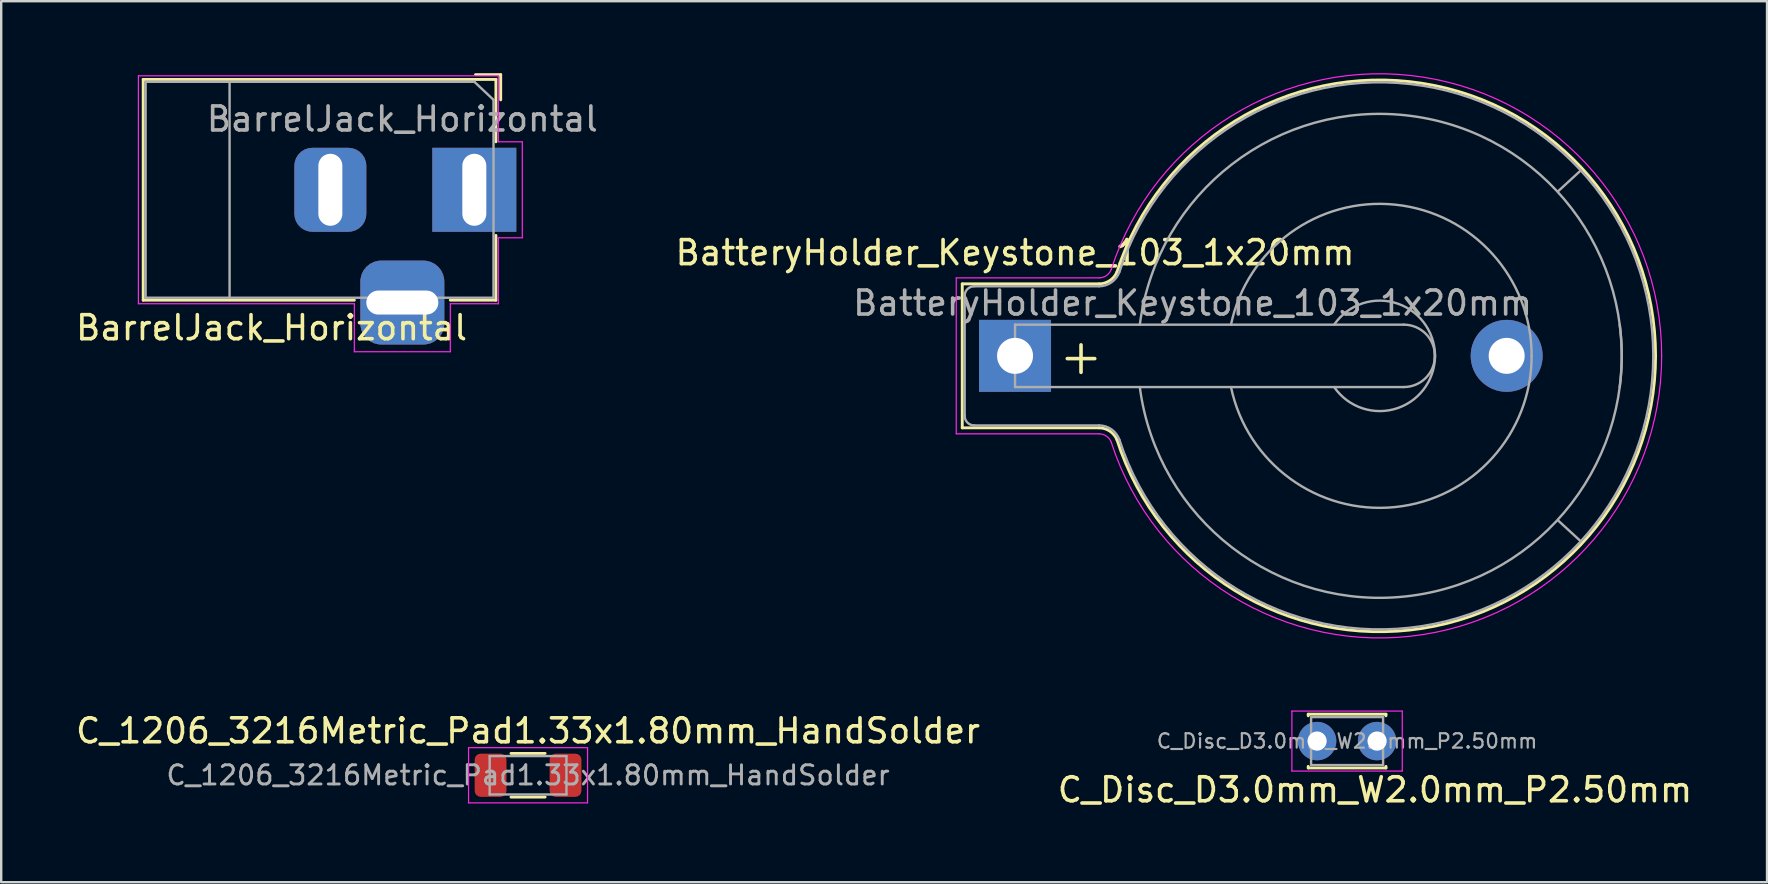
<source format=kicad_pcb>
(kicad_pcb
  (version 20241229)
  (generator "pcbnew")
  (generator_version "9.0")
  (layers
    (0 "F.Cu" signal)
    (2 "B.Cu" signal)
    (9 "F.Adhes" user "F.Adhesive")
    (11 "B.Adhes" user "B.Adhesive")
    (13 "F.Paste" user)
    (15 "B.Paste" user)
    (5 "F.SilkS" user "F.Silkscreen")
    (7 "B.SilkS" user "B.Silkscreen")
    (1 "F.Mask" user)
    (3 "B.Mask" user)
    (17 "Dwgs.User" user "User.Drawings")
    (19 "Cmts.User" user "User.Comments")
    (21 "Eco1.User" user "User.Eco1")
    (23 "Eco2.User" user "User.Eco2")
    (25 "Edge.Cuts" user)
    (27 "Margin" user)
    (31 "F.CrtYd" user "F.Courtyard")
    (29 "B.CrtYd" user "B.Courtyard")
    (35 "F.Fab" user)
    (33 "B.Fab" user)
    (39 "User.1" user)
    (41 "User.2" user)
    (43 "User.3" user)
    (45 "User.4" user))
  (footprint "C_1206_3216Metric_Pad1.33x1.80mm_HandSolder"
    (layer "F.Cu")
    (at 18.958 29.26)
    (property "Reference" "C_1206_3216Metric_Pad1.33x1.80mm_HandSolder" (at 0 -1.85 180) (layer "F.SilkS") (effects (font (size 1 1) (thickness 0.15))))
    (attr smd)
    (fp_line (start -0.711 -0.91) (end 0.711 -0.91) (stroke (width 0.12) (type solid)) (layer "F.SilkS"))
    (fp_line (start -0.711 0.91) (end 0.711 0.91) (stroke (width 0.12) (type solid)) (layer "F.SilkS"))
    (fp_line (start -2.48 -1.15) (end 2.48 -1.15) (stroke (width 0.05) (type solid)) (layer "F.CrtYd"))
    (fp_line (start -2.48 1.15) (end -2.48 -1.15) (stroke (width 0.05) (type solid)) (layer "F.CrtYd"))
    (fp_line (start 2.48 -1.15) (end 2.48 1.15) (stroke (width 0.05) (type solid)) (layer "F.CrtYd"))
    (fp_line (start 2.48 1.15) (end -2.48 1.15) (stroke (width 0.05) (type solid)) (layer "F.CrtYd"))
    (fp_line (start -1.6 -0.8) (end 1.6 -0.8) (stroke (width 0.1) (type solid)) (layer "F.Fab"))
    (fp_line (start -1.6 0.8) (end -1.6 -0.8) (stroke (width 0.1) (type solid)) (layer "F.Fab"))
    (fp_line (start 1.6 -0.8) (end 1.6 0.8) (stroke (width 0.1) (type solid)) (layer "F.Fab"))
    (fp_line (start 1.6 0.8) (end -1.6 0.8) (stroke (width 0.1) (type solid)) (layer "F.Fab"))
    (fp_text user "${REFERENCE}" (at 0 0 180) (layer "F.Fab") (effects (font (size 0.8 0.8) (thickness 0.12))))
    (pad "1" smd roundrect (at -1.562 0) (size 1.325 1.8) (layers "F.Cu" "F.Mask" "F.Paste") (roundrect_rratio 0.189))
    (pad "2" smd roundrect (at 1.562 0) (size 1.325 1.8) (layers "F.Cu" "F.Mask" "F.Paste") (roundrect_rratio 0.189)))
  (footprint "BarrelJack_Horizontal"
    (layer "F.Cu")
    (at 16.718 4.86)
    (property "Reference" "BarrelJack_Horizontal" (at -8.45 5.75 180) (layer "F.SilkS") (effects (font (size 1 1) (thickness 0.15))))
    (attr through_hole)
    (fp_line (start -13.8 -4.6) (end 0.9 -4.6) (stroke (width 0.12) (type solid)) (layer "F.SilkS"))
    (fp_line (start -13.8 4.6) (end -13.8 -4.6) (stroke (width 0.12) (type solid)) (layer "F.SilkS"))
    (fp_line (start -5 4.6) (end -13.8 4.6) (stroke (width 0.12) (type solid)) (layer "F.SilkS"))
    (fp_line (start 0.05 -4.8) (end 1.1 -4.8) (stroke (width 0.12) (type solid)) (layer "F.SilkS"))
    (fp_line (start 0.9 -4.6) (end 0.9 -2) (stroke (width 0.12) (type solid)) (layer "F.SilkS"))
    (fp_line (start 0.9 1.9) (end 0.9 4.6) (stroke (width 0.12) (type solid)) (layer "F.SilkS"))
    (fp_line (start 0.9 4.6) (end -1 4.6) (stroke (width 0.12) (type solid)) (layer "F.SilkS"))
    (fp_line (start 1.1 -3.75) (end 1.1 -4.8) (stroke (width 0.12) (type solid)) (layer "F.SilkS"))
    (fp_line (start -14 4.75) (end -14 -4.75) (stroke (width 0.05) (type solid)) (layer "F.CrtYd"))
    (fp_line (start -5 4.75) (end -14 4.75) (stroke (width 0.05) (type solid)) (layer "F.CrtYd"))
    (fp_line (start -5 6.75) (end -5 4.75) (stroke (width 0.05) (type solid)) (layer "F.CrtYd"))
    (fp_line (start -1 4.75) (end -1 6.75) (stroke (width 0.05) (type solid)) (layer "F.CrtYd"))
    (fp_line (start -1 6.75) (end -5 6.75) (stroke (width 0.05) (type solid)) (layer "F.CrtYd"))
    (fp_line (start 1 -4.75) (end -14 -4.75) (stroke (width 0.05) (type solid)) (layer "F.CrtYd"))
    (fp_line (start 1 -4.5) (end 1 -4.75) (stroke (width 0.05) (type solid)) (layer "F.CrtYd"))
    (fp_line (start 1 -4.5) (end 1 -2) (stroke (width 0.05) (type solid)) (layer "F.CrtYd"))
    (fp_line (start 1 -2) (end 2 -2) (stroke (width 0.05) (type solid)) (layer "F.CrtYd"))
    (fp_line (start 1 2) (end 1 4.75) (stroke (width 0.05) (type solid)) (layer "F.CrtYd"))
    (fp_line (start 1 4.75) (end -1 4.75) (stroke (width 0.05) (type solid)) (layer "F.CrtYd"))
    (fp_line (start 2 -2) (end 2 2) (stroke (width 0.05) (type solid)) (layer "F.CrtYd"))
    (fp_line (start 2 2) (end 1 2) (stroke (width 0.05) (type solid)) (layer "F.CrtYd"))
    (fp_line (start -13.7 -4.5) (end -13.7 4.5) (stroke (width 0.1) (type solid)) (layer "F.Fab"))
    (fp_line (start -13.7 4.5) (end 0.8 4.5) (stroke (width 0.1) (type solid)) (layer "F.Fab"))
    (fp_line (start -10.2 -4.5) (end -10.2 4.5) (stroke (width 0.1) (type solid)) (layer "F.Fab"))
    (fp_line (start -0.003 -4.505) (end 0.8 -3.75) (stroke (width 0.1) (type solid)) (layer "F.Fab"))
    (fp_line (start 0 -4.5) (end -13.7 -4.5) (stroke (width 0.1) (type solid)) (layer "F.Fab"))
    (fp_line (start 0.8 4.5) (end 0.8 -3.75) (stroke (width 0.1) (type solid)) (layer "F.Fab"))
    (fp_text user "${REFERENCE}" (at -3 -2.95 180) (layer "F.Fab") (effects (font (size 1 1) (thickness 0.15))))
    (pad "1" thru_hole rect (at 0 0) (size 3.5 3.5) (drill oval 1 3) (layers "*.Cu" "*.Mask"))
    (pad "2" thru_hole roundrect (at -6 0) (size 3 3.5) (drill oval 1 3) (layers "*.Cu" "*.Mask") (roundrect_rratio 0.25))
    (pad "3" thru_hole roundrect (at -3 4.7) (size 3.5 3.5) (drill oval 3 1) (layers "*.Cu" "*.Mask") (roundrect_rratio 0.25)))
  (footprint "BatteryHolder_Keystone_103_1x20mm"
    (layer "F.Cu")
    (at 39.254 11.781)
    (property "Reference" "BatteryHolder_Keystone_103_1x20mm" (at 0 -4.3 180) (layer "F.SilkS") (effects (font (size 1 1) (thickness 0.15))))
    (attr through_hole)
    (fp_line (start -2.2 -3) (end 3.5 -3) (stroke (width 0.12) (type solid)) (layer "F.SilkS"))
    (fp_line (start -2.2 3) (end -2.2 -3) (stroke (width 0.12) (type solid)) (layer "F.SilkS"))
    (fp_line (start -2.2 3) (end 3.5 3) (stroke (width 0.12) (type solid)) (layer "F.SilkS"))
    (fp_arc (start 3.5 3) (mid 3.950694 3.136459) (end 4.25 3.5) (stroke (width 0.12) (type solid)) (layer "F.SilkS"))
    (fp_arc (start 4.25 -3.5) (mid 3.950694 -3.136459) (end 3.5 -3) (stroke (width 0.12) (type solid)) (layer "F.SilkS"))
    (fp_arc (start 4.25 -3.5) (mid 16.971103 -11.358466) (end 26.695671 0) (stroke (width 0.12) (type solid)) (layer "F.SilkS"))
    (fp_arc (start 26.695671 0) (mid 16.971103 11.358466) (end 4.25 3.5) (stroke (width 0.12) (type solid)) (layer "F.SilkS"))
    (fp_line (start -2.45 -3.25) (end 3.5 -3.25) (stroke (width 0.05) (type solid)) (layer "F.CrtYd"))
    (fp_line (start -2.45 3.25) (end -2.45 -3.25) (stroke (width 0.05) (type solid)) (layer "F.CrtYd"))
    (fp_line (start -2.45 3.25) (end 3.5 3.25) (stroke (width 0.05) (type solid)) (layer "F.CrtYd"))
    (fp_arc (start 3.5 3.25) (mid 3.809266 3.345926) (end 4.01 3.6) (stroke (width 0.05) (type solid)) (layer "F.CrtYd"))
    (fp_arc (start 4.01 -3.6) (mid 3.809274 -3.345915) (end 3.5 -3.25) (stroke (width 0.05) (type solid)) (layer "F.CrtYd"))
    (fp_arc (start 4.01 -3.6) (mid 17.020063 -11.613627) (end 26.95 0) (stroke (width 0.05) (type solid)) (layer "F.CrtYd"))
    (fp_arc (start 26.95 0) (mid 17.020063 11.613629) (end 4.01 3.6) (stroke (width 0.05) (type solid)) (layer "F.CrtYd"))
    (fp_line (start -2.1 -2.5) (end -2.1 2.5) (stroke (width 0.1) (type solid)) (layer "F.Fab"))
    (fp_line (start -1.7 2.9) (end 3.5 2.9) (stroke (width 0.1) (type solid)) (layer "F.Fab"))
    (fp_line (start 0 -1.3) (end 0 1.3) (stroke (width 0.1) (type solid)) (layer "F.Fab"))
    (fp_line (start 0 1.3) (end 16.2 1.3) (stroke (width 0.1) (type solid)) (layer "F.Fab"))
    (fp_line (start 3.5 -2.9) (end -1.7 -2.9) (stroke (width 0.1) (type solid)) (layer "F.Fab"))
    (fp_line (start 16.2 -1.3) (end 0 -1.3) (stroke (width 0.1) (type solid)) (layer "F.Fab"))
    (fp_line (start 23.571 -7.722) (end 22.631 -6.858) (stroke (width 0.1) (type solid)) (layer "F.Fab"))
    (fp_line (start 23.571 7.722) (end 22.657 6.883) (stroke (width 0.1) (type solid)) (layer "F.Fab"))
    (fp_arc (start -2.1 -2.5) (mid -1.982843 -2.782843) (end -1.7 -2.9) (stroke (width 0.1) (type solid)) (layer "F.Fab"))
    (fp_arc (start -1.7 2.9) (mid -1.982843 2.782843) (end -2.1 2.5) (stroke (width 0.1) (type solid)) (layer "F.Fab"))
    (fp_arc (start 3.5 2.9) (mid 4.020219 3.065109) (end 4.35 3.5) (stroke (width 0.1) (type solid)) (layer "F.Fab"))
    (fp_arc (start 4.35 -3.5) (mid 4.020217 -3.065109) (end 3.5 -2.9) (stroke (width 0.1) (type solid)) (layer "F.Fab"))
    (fp_arc (start 4.35 -3.5) (mid 16.971395 -11.261979) (end 26.600299 0) (stroke (width 0.1) (type solid)) (layer "F.Fab"))
    (fp_arc (start 5.2 -1.3) (mid 16.5 -10) (end 25.2 1.3) (stroke (width 0.1) (type solid)) (layer "F.Fab"))
    (fp_arc (start 9 -1.3) (mid 15.851291 -6.300938) (end 21.53 0) (stroke (width 0.1) (type solid)) (layer "F.Fab"))
    (fp_arc (start 13.3 -1.3) (mid 15.963947 -2.171724) (end 17.495448 0.175833) (stroke (width 0.1) (type solid)) (layer "F.Fab"))
    (fp_arc (start 16.2 -1.3) (mid 17.5 0) (end 16.2 1.3) (stroke (width 0.1) (type solid)) (layer "F.Fab"))
    (fp_arc (start 17.495448 -0.175833) (mid 15.963947 2.171724) (end 13.3 1.3) (stroke (width 0.1) (type solid)) (layer "F.Fab"))
    (fp_arc (start 21.53 0) (mid 15.85129 6.300937) (end 9 1.3) (stroke (width 0.1) (type solid)) (layer "F.Fab"))
    (fp_arc (start 25.2 -1.3) (mid 16.5 10) (end 5.2 1.3) (stroke (width 0.1) (type solid)) (layer "F.Fab"))
    (fp_arc (start 26.600299 0) (mid 16.971396 11.261979) (end 4.35 3.5) (stroke (width 0.1) (type solid)) (layer "F.Fab"))
    (fp_text user "+" (at 2.75 0 180) (layer "F.SilkS") (effects (font (size 1.5 1.5) (thickness 0.15))))
    (fp_text user "${REFERENCE}" (at 7.4 -2.2 180) (layer "F.Fab") (effects (font (size 1 1) (thickness 0.15))))
    (pad "1" thru_hole rect (at 0 0) (size 3 3) (drill 1.5) (layers "*.Cu" "*.Mask"))
    (pad "2" thru_hole circle (at 20.49 0) (size 3 3) (drill 1.5) (layers "*.Cu" "*.Mask")))
  (footprint "C_Disc_D3.0mm_W2.0mm_P2.50mm"
    (layer "F.Cu")
    (at 51.843 27.836)
    (property "Reference" "C_Disc_D3.0mm_W2.0mm_P2.50mm" (at 2.413 2.032 0) (layer "F.SilkS") (effects (font (size 1 1) (thickness 0.15))))
    (attr through_hole)
    (fp_line (start -0.37 -1.12) (end -0.37 -1.055) (stroke (width 0.12) (type solid)) (layer "F.SilkS"))
    (fp_line (start -0.37 -1.12) (end 2.87 -1.12) (stroke (width 0.12) (type solid)) (layer "F.SilkS"))
    (fp_line (start -0.37 1.055) (end -0.37 1.12) (stroke (width 0.12) (type solid)) (layer "F.SilkS"))
    (fp_line (start -0.37 1.12) (end 2.87 1.12) (stroke (width 0.12) (type solid)) (layer "F.SilkS"))
    (fp_line (start 2.87 -1.12) (end 2.87 -1.055) (stroke (width 0.12) (type solid)) (layer "F.SilkS"))
    (fp_line (start 2.87 1.055) (end 2.87 1.12) (stroke (width 0.12) (type solid)) (layer "F.SilkS"))
    (fp_line (start -1.05 -1.25) (end -1.05 1.25) (stroke (width 0.05) (type solid)) (layer "F.CrtYd"))
    (fp_line (start -1.05 1.25) (end 3.55 1.25) (stroke (width 0.05) (type solid)) (layer "F.CrtYd"))
    (fp_line (start 3.55 -1.25) (end -1.05 -1.25) (stroke (width 0.05) (type solid)) (layer "F.CrtYd"))
    (fp_line (start 3.55 1.25) (end 3.55 -1.25) (stroke (width 0.05) (type solid)) (layer "F.CrtYd"))
    (fp_line (start -0.25 -1) (end -0.25 1) (stroke (width 0.1) (type solid)) (layer "F.Fab"))
    (fp_line (start -0.25 1) (end 2.75 1) (stroke (width 0.1) (type solid)) (layer "F.Fab"))
    (fp_line (start 2.75 -1) (end -0.25 -1) (stroke (width 0.1) (type solid)) (layer "F.Fab"))
    (fp_line (start 2.75 1) (end 2.75 -1) (stroke (width 0.1) (type solid)) (layer "F.Fab"))
    (fp_text user "${REFERENCE}" (at 1.25 0 0) (layer "F.Fab") (effects (font (size 0.6 0.6) (thickness 0.09))))
    (pad "1" thru_hole circle (at 0 0) (size 1.6 1.6) (drill 0.8) (layers "*.Cu" "*.Mask"))
    (pad "2" thru_hole circle (at 2.5 0) (size 1.6 1.6) (drill 0.8) (layers "*.Cu" "*.Mask")))
  (gr_rect
    (start -3 -3)
    (end 70.595 33.717)
    (stroke (width 0.1) (type default))
    (fill no)
    (layer "Edge.Cuts")))
</source>
